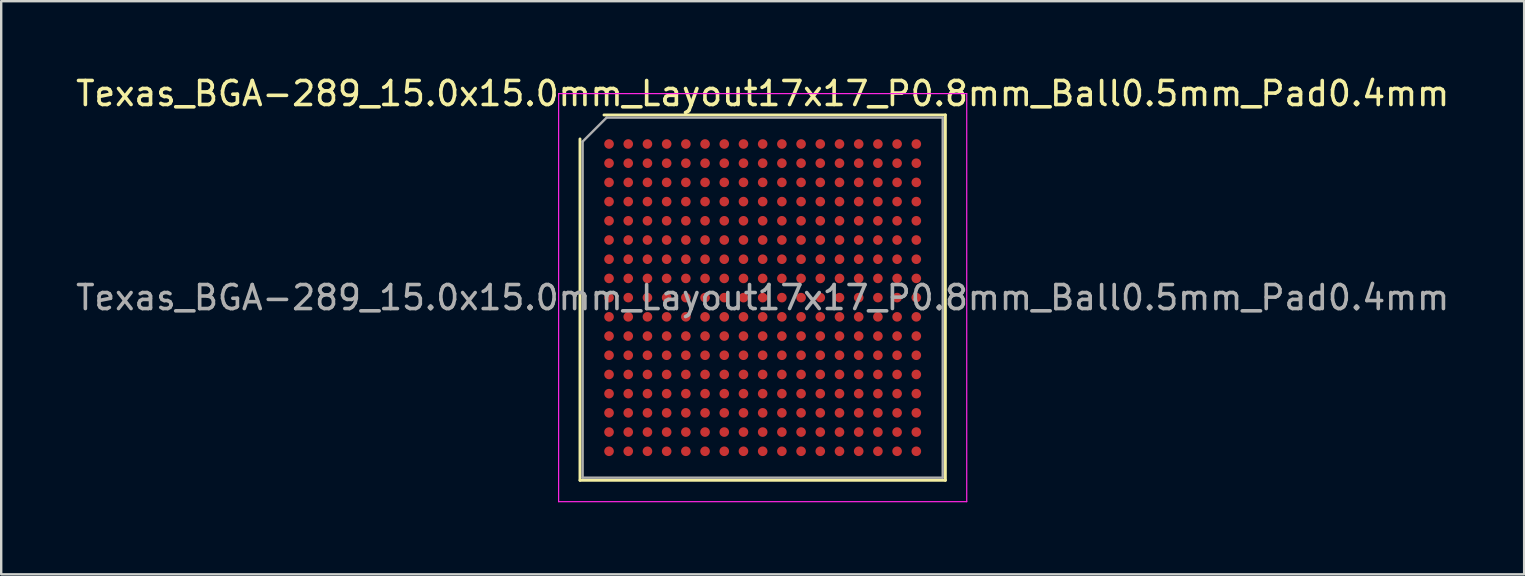
<source format=kicad_pcb>
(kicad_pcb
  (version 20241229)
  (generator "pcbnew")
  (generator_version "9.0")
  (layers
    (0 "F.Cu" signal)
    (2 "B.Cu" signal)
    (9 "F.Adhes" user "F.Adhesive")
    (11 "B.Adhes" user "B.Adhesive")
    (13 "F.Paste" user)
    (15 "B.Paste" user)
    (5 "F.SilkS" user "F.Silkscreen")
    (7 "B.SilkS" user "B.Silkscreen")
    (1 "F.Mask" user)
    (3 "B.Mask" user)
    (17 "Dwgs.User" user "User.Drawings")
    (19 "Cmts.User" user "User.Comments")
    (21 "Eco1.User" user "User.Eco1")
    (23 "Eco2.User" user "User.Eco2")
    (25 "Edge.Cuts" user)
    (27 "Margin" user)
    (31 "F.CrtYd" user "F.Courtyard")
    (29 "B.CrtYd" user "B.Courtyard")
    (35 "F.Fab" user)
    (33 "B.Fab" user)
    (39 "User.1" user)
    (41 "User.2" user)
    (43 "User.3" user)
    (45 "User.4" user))
  (footprint "Texas_BGA-289_15.0x15.0mm_Layout17x17_P0.8mm_Ball0.5mm_Pad0.4mm"
    (layer "F.Cu")
    (at 28.72 9.348)
    (property "Reference" "Texas_BGA-289_15.0x15.0mm_Layout17x17_P0.8mm_Ball0.5mm_Pad0.4mm" (at 0 -8.5 0) (layer "F.SilkS") (effects (font (size 1 1) (thickness 0.15))))
    (attr smd)
    (fp_line (start -7.61 7.61) (end -7.61 -6.61) (stroke (width 0.12) (type solid)) (layer "F.SilkS"))
    (fp_line (start -6.61 -7.61) (end 7.61 -7.61) (stroke (width 0.12) (type solid)) (layer "F.SilkS"))
    (fp_line (start 7.61 -7.61) (end 7.61 7.61) (stroke (width 0.12) (type solid)) (layer "F.SilkS"))
    (fp_line (start 7.61 7.61) (end -7.61 7.61) (stroke (width 0.12) (type solid)) (layer "F.SilkS"))
    (fp_line (start -8.5 -8.5) (end -8.5 8.5) (stroke (width 0.05) (type solid)) (layer "F.CrtYd"))
    (fp_line (start -8.5 8.5) (end 8.5 8.5) (stroke (width 0.05) (type solid)) (layer "F.CrtYd"))
    (fp_line (start 8.5 -8.5) (end -8.5 -8.5) (stroke (width 0.05) (type solid)) (layer "F.CrtYd"))
    (fp_line (start 8.5 8.5) (end 8.5 -8.5) (stroke (width 0.05) (type solid)) (layer "F.CrtYd"))
    (fp_line (start -7.5 -6.5) (end -6.5 -7.5) (stroke (width 0.1) (type solid)) (layer "F.Fab"))
    (fp_line (start -7.5 7.5) (end -7.5 -6.5) (stroke (width 0.1) (type solid)) (layer "F.Fab"))
    (fp_line (start -6.5 -7.5) (end 7.5 -7.5) (stroke (width 0.1) (type solid)) (layer "F.Fab"))
    (fp_line (start 7.5 -7.5) (end 7.5 7.5) (stroke (width 0.1) (type solid)) (layer "F.Fab"))
    (fp_line (start 7.5 7.5) (end -7.5 7.5) (stroke (width 0.1) (type solid)) (layer "F.Fab"))
    (fp_text user "${REFERENCE}" (at 0 0 0) (layer "F.Fab") (effects (font (size 1 1) (thickness 0.15))))
    (pad "A1" smd circle (at -6.4 -6.4) (size 0.4 0.4) (layers "F.Cu" "F.Mask" "F.Paste"))
    (pad "A2" smd circle (at -5.6 -6.4) (size 0.4 0.4) (layers "F.Cu" "F.Mask" "F.Paste"))
    (pad "A3" smd circle (at -4.8 -6.4) (size 0.4 0.4) (layers "F.Cu" "F.Mask" "F.Paste"))
    (pad "A4" smd circle (at -4 -6.4) (size 0.4 0.4) (layers "F.Cu" "F.Mask" "F.Paste"))
    (pad "A5" smd circle (at -3.2 -6.4) (size 0.4 0.4) (layers "F.Cu" "F.Mask" "F.Paste"))
    (pad "A6" smd circle (at -2.4 -6.4) (size 0.4 0.4) (layers "F.Cu" "F.Mask" "F.Paste"))
    (pad "A7" smd circle (at -1.6 -6.4) (size 0.4 0.4) (layers "F.Cu" "F.Mask" "F.Paste"))
    (pad "A8" smd circle (at -0.8 -6.4) (size 0.4 0.4) (layers "F.Cu" "F.Mask" "F.Paste"))
    (pad "A9" smd circle (at 0 -6.4) (size 0.4 0.4) (layers "F.Cu" "F.Mask" "F.Paste"))
    (pad "A10" smd circle (at 0.8 -6.4) (size 0.4 0.4) (layers "F.Cu" "F.Mask" "F.Paste"))
    (pad "A11" smd circle (at 1.6 -6.4) (size 0.4 0.4) (layers "F.Cu" "F.Mask" "F.Paste"))
    (pad "A12" smd circle (at 2.4 -6.4) (size 0.4 0.4) (layers "F.Cu" "F.Mask" "F.Paste"))
    (pad "A13" smd circle (at 3.2 -6.4) (size 0.4 0.4) (layers "F.Cu" "F.Mask" "F.Paste"))
    (pad "A14" smd circle (at 4 -6.4) (size 0.4 0.4) (layers "F.Cu" "F.Mask" "F.Paste"))
    (pad "A15" smd circle (at 4.8 -6.4) (size 0.4 0.4) (layers "F.Cu" "F.Mask" "F.Paste"))
    (pad "A16" smd circle (at 5.6 -6.4) (size 0.4 0.4) (layers "F.Cu" "F.Mask" "F.Paste"))
    (pad "A17" smd circle (at 6.4 -6.4) (size 0.4 0.4) (layers "F.Cu" "F.Mask" "F.Paste"))
    (pad "B1" smd circle (at -6.4 -5.6) (size 0.4 0.4) (layers "F.Cu" "F.Mask" "F.Paste"))
    (pad "B2" smd circle (at -5.6 -5.6) (size 0.4 0.4) (layers "F.Cu" "F.Mask" "F.Paste"))
    (pad "B3" smd circle (at -4.8 -5.6) (size 0.4 0.4) (layers "F.Cu" "F.Mask" "F.Paste"))
    (pad "B4" smd circle (at -4 -5.6) (size 0.4 0.4) (layers "F.Cu" "F.Mask" "F.Paste"))
    (pad "B5" smd circle (at -3.2 -5.6) (size 0.4 0.4) (layers "F.Cu" "F.Mask" "F.Paste"))
    (pad "B6" smd circle (at -2.4 -5.6) (size 0.4 0.4) (layers "F.Cu" "F.Mask" "F.Paste"))
    (pad "B7" smd circle (at -1.6 -5.6) (size 0.4 0.4) (layers "F.Cu" "F.Mask" "F.Paste"))
    (pad "B8" smd circle (at -0.8 -5.6) (size 0.4 0.4) (layers "F.Cu" "F.Mask" "F.Paste"))
    (pad "B9" smd circle (at 0 -5.6) (size 0.4 0.4) (layers "F.Cu" "F.Mask" "F.Paste"))
    (pad "B10" smd circle (at 0.8 -5.6) (size 0.4 0.4) (layers "F.Cu" "F.Mask" "F.Paste"))
    (pad "B11" smd circle (at 1.6 -5.6) (size 0.4 0.4) (layers "F.Cu" "F.Mask" "F.Paste"))
    (pad "B12" smd circle (at 2.4 -5.6) (size 0.4 0.4) (layers "F.Cu" "F.Mask" "F.Paste"))
    (pad "B13" smd circle (at 3.2 -5.6) (size 0.4 0.4) (layers "F.Cu" "F.Mask" "F.Paste"))
    (pad "B14" smd circle (at 4 -5.6) (size 0.4 0.4) (layers "F.Cu" "F.Mask" "F.Paste"))
    (pad "B15" smd circle (at 4.8 -5.6) (size 0.4 0.4) (layers "F.Cu" "F.Mask" "F.Paste"))
    (pad "B16" smd circle (at 5.6 -5.6) (size 0.4 0.4) (layers "F.Cu" "F.Mask" "F.Paste"))
    (pad "B17" smd circle (at 6.4 -5.6) (size 0.4 0.4) (layers "F.Cu" "F.Mask" "F.Paste"))
    (pad "C1" smd circle (at -6.4 -4.8) (size 0.4 0.4) (layers "F.Cu" "F.Mask" "F.Paste"))
    (pad "C2" smd circle (at -5.6 -4.8) (size 0.4 0.4) (layers "F.Cu" "F.Mask" "F.Paste"))
    (pad "C3" smd circle (at -4.8 -4.8) (size 0.4 0.4) (layers "F.Cu" "F.Mask" "F.Paste"))
    (pad "C4" smd circle (at -4 -4.8) (size 0.4 0.4) (layers "F.Cu" "F.Mask" "F.Paste"))
    (pad "C5" smd circle (at -3.2 -4.8) (size 0.4 0.4) (layers "F.Cu" "F.Mask" "F.Paste"))
    (pad "C6" smd circle (at -2.4 -4.8) (size 0.4 0.4) (layers "F.Cu" "F.Mask" "F.Paste"))
    (pad "C7" smd circle (at -1.6 -4.8) (size 0.4 0.4) (layers "F.Cu" "F.Mask" "F.Paste"))
    (pad "C8" smd circle (at -0.8 -4.8) (size 0.4 0.4) (layers "F.Cu" "F.Mask" "F.Paste"))
    (pad "C9" smd circle (at 0 -4.8) (size 0.4 0.4) (layers "F.Cu" "F.Mask" "F.Paste"))
    (pad "C10" smd circle (at 0.8 -4.8) (size 0.4 0.4) (layers "F.Cu" "F.Mask" "F.Paste"))
    (pad "C11" smd circle (at 1.6 -4.8) (size 0.4 0.4) (layers "F.Cu" "F.Mask" "F.Paste"))
    (pad "C12" smd circle (at 2.4 -4.8) (size 0.4 0.4) (layers "F.Cu" "F.Mask" "F.Paste"))
    (pad "C13" smd circle (at 3.2 -4.8) (size 0.4 0.4) (layers "F.Cu" "F.Mask" "F.Paste"))
    (pad "C14" smd circle (at 4 -4.8) (size 0.4 0.4) (layers "F.Cu" "F.Mask" "F.Paste"))
    (pad "C15" smd circle (at 4.8 -4.8) (size 0.4 0.4) (layers "F.Cu" "F.Mask" "F.Paste"))
    (pad "C16" smd circle (at 5.6 -4.8) (size 0.4 0.4) (layers "F.Cu" "F.Mask" "F.Paste"))
    (pad "C17" smd circle (at 6.4 -4.8) (size 0.4 0.4) (layers "F.Cu" "F.Mask" "F.Paste"))
    (pad "D1" smd circle (at -6.4 -4) (size 0.4 0.4) (layers "F.Cu" "F.Mask" "F.Paste"))
    (pad "D2" smd circle (at -5.6 -4) (size 0.4 0.4) (layers "F.Cu" "F.Mask" "F.Paste"))
    (pad "D3" smd circle (at -4.8 -4) (size 0.4 0.4) (layers "F.Cu" "F.Mask" "F.Paste"))
    (pad "D4" smd circle (at -4 -4) (size 0.4 0.4) (layers "F.Cu" "F.Mask" "F.Paste"))
    (pad "D5" smd circle (at -3.2 -4) (size 0.4 0.4) (layers "F.Cu" "F.Mask" "F.Paste"))
    (pad "D6" smd circle (at -2.4 -4) (size 0.4 0.4) (layers "F.Cu" "F.Mask" "F.Paste"))
    (pad "D7" smd circle (at -1.6 -4) (size 0.4 0.4) (layers "F.Cu" "F.Mask" "F.Paste"))
    (pad "D8" smd circle (at -0.8 -4) (size 0.4 0.4) (layers "F.Cu" "F.Mask" "F.Paste"))
    (pad "D9" smd circle (at 0 -4) (size 0.4 0.4) (layers "F.Cu" "F.Mask" "F.Paste"))
    (pad "D10" smd circle (at 0.8 -4) (size 0.4 0.4) (layers "F.Cu" "F.Mask" "F.Paste"))
    (pad "D11" smd circle (at 1.6 -4) (size 0.4 0.4) (layers "F.Cu" "F.Mask" "F.Paste"))
    (pad "D12" smd circle (at 2.4 -4) (size 0.4 0.4) (layers "F.Cu" "F.Mask" "F.Paste"))
    (pad "D13" smd circle (at 3.2 -4) (size 0.4 0.4) (layers "F.Cu" "F.Mask" "F.Paste"))
    (pad "D14" smd circle (at 4 -4) (size 0.4 0.4) (layers "F.Cu" "F.Mask" "F.Paste"))
    (pad "D15" smd circle (at 4.8 -4) (size 0.4 0.4) (layers "F.Cu" "F.Mask" "F.Paste"))
    (pad "D16" smd circle (at 5.6 -4) (size 0.4 0.4) (layers "F.Cu" "F.Mask" "F.Paste"))
    (pad "D17" smd circle (at 6.4 -4) (size 0.4 0.4) (layers "F.Cu" "F.Mask" "F.Paste"))
    (pad "E1" smd circle (at -6.4 -3.2) (size 0.4 0.4) (layers "F.Cu" "F.Mask" "F.Paste"))
    (pad "E2" smd circle (at -5.6 -3.2) (size 0.4 0.4) (layers "F.Cu" "F.Mask" "F.Paste"))
    (pad "E3" smd circle (at -4.8 -3.2) (size 0.4 0.4) (layers "F.Cu" "F.Mask" "F.Paste"))
    (pad "E4" smd circle (at -4 -3.2) (size 0.4 0.4) (layers "F.Cu" "F.Mask" "F.Paste"))
    (pad "E5" smd circle (at -3.2 -3.2) (size 0.4 0.4) (layers "F.Cu" "F.Mask" "F.Paste"))
    (pad "E6" smd circle (at -2.4 -3.2) (size 0.4 0.4) (layers "F.Cu" "F.Mask" "F.Paste"))
    (pad "E7" smd circle (at -1.6 -3.2) (size 0.4 0.4) (layers "F.Cu" "F.Mask" "F.Paste"))
    (pad "E8" smd circle (at -0.8 -3.2) (size 0.4 0.4) (layers "F.Cu" "F.Mask" "F.Paste"))
    (pad "E9" smd circle (at 0 -3.2) (size 0.4 0.4) (layers "F.Cu" "F.Mask" "F.Paste"))
    (pad "E10" smd circle (at 0.8 -3.2) (size 0.4 0.4) (layers "F.Cu" "F.Mask" "F.Paste"))
    (pad "E11" smd circle (at 1.6 -3.2) (size 0.4 0.4) (layers "F.Cu" "F.Mask" "F.Paste"))
    (pad "E12" smd circle (at 2.4 -3.2) (size 0.4 0.4) (layers "F.Cu" "F.Mask" "F.Paste"))
    (pad "E13" smd circle (at 3.2 -3.2) (size 0.4 0.4) (layers "F.Cu" "F.Mask" "F.Paste"))
    (pad "E14" smd circle (at 4 -3.2) (size 0.4 0.4) (layers "F.Cu" "F.Mask" "F.Paste"))
    (pad "E15" smd circle (at 4.8 -3.2) (size 0.4 0.4) (layers "F.Cu" "F.Mask" "F.Paste"))
    (pad "E16" smd circle (at 5.6 -3.2) (size 0.4 0.4) (layers "F.Cu" "F.Mask" "F.Paste"))
    (pad "E17" smd circle (at 6.4 -3.2) (size 0.4 0.4) (layers "F.Cu" "F.Mask" "F.Paste"))
    (pad "F1" smd circle (at -6.4 -2.4) (size 0.4 0.4) (layers "F.Cu" "F.Mask" "F.Paste"))
    (pad "F2" smd circle (at -5.6 -2.4) (size 0.4 0.4) (layers "F.Cu" "F.Mask" "F.Paste"))
    (pad "F3" smd circle (at -4.8 -2.4) (size 0.4 0.4) (layers "F.Cu" "F.Mask" "F.Paste"))
    (pad "F4" smd circle (at -4 -2.4) (size 0.4 0.4) (layers "F.Cu" "F.Mask" "F.Paste"))
    (pad "F5" smd circle (at -3.2 -2.4) (size 0.4 0.4) (layers "F.Cu" "F.Mask" "F.Paste"))
    (pad "F6" smd circle (at -2.4 -2.4) (size 0.4 0.4) (layers "F.Cu" "F.Mask" "F.Paste"))
    (pad "F7" smd circle (at -1.6 -2.4) (size 0.4 0.4) (layers "F.Cu" "F.Mask" "F.Paste"))
    (pad "F8" smd circle (at -0.8 -2.4) (size 0.4 0.4) (layers "F.Cu" "F.Mask" "F.Paste"))
    (pad "F9" smd circle (at 0 -2.4) (size 0.4 0.4) (layers "F.Cu" "F.Mask" "F.Paste"))
    (pad "F10" smd circle (at 0.8 -2.4) (size 0.4 0.4) (layers "F.Cu" "F.Mask" "F.Paste"))
    (pad "F11" smd circle (at 1.6 -2.4) (size 0.4 0.4) (layers "F.Cu" "F.Mask" "F.Paste"))
    (pad "F12" smd circle (at 2.4 -2.4) (size 0.4 0.4) (layers "F.Cu" "F.Mask" "F.Paste"))
    (pad "F13" smd circle (at 3.2 -2.4) (size 0.4 0.4) (layers "F.Cu" "F.Mask" "F.Paste"))
    (pad "F14" smd circle (at 4 -2.4) (size 0.4 0.4) (layers "F.Cu" "F.Mask" "F.Paste"))
    (pad "F15" smd circle (at 4.8 -2.4) (size 0.4 0.4) (layers "F.Cu" "F.Mask" "F.Paste"))
    (pad "F16" smd circle (at 5.6 -2.4) (size 0.4 0.4) (layers "F.Cu" "F.Mask" "F.Paste"))
    (pad "F17" smd circle (at 6.4 -2.4) (size 0.4 0.4) (layers "F.Cu" "F.Mask" "F.Paste"))
    (pad "G1" smd circle (at -6.4 -1.6) (size 0.4 0.4) (layers "F.Cu" "F.Mask" "F.Paste"))
    (pad "G2" smd circle (at -5.6 -1.6) (size 0.4 0.4) (layers "F.Cu" "F.Mask" "F.Paste"))
    (pad "G3" smd circle (at -4.8 -1.6) (size 0.4 0.4) (layers "F.Cu" "F.Mask" "F.Paste"))
    (pad "G4" smd circle (at -4 -1.6) (size 0.4 0.4) (layers "F.Cu" "F.Mask" "F.Paste"))
    (pad "G5" smd circle (at -3.2 -1.6) (size 0.4 0.4) (layers "F.Cu" "F.Mask" "F.Paste"))
    (pad "G6" smd circle (at -2.4 -1.6) (size 0.4 0.4) (layers "F.Cu" "F.Mask" "F.Paste"))
    (pad "G7" smd circle (at -1.6 -1.6) (size 0.4 0.4) (layers "F.Cu" "F.Mask" "F.Paste"))
    (pad "G8" smd circle (at -0.8 -1.6) (size 0.4 0.4) (layers "F.Cu" "F.Mask" "F.Paste"))
    (pad "G9" smd circle (at 0 -1.6) (size 0.4 0.4) (layers "F.Cu" "F.Mask" "F.Paste"))
    (pad "G10" smd circle (at 0.8 -1.6) (size 0.4 0.4) (layers "F.Cu" "F.Mask" "F.Paste"))
    (pad "G11" smd circle (at 1.6 -1.6) (size 0.4 0.4) (layers "F.Cu" "F.Mask" "F.Paste"))
    (pad "G12" smd circle (at 2.4 -1.6) (size 0.4 0.4) (layers "F.Cu" "F.Mask" "F.Paste"))
    (pad "G13" smd circle (at 3.2 -1.6) (size 0.4 0.4) (layers "F.Cu" "F.Mask" "F.Paste"))
    (pad "G14" smd circle (at 4 -1.6) (size 0.4 0.4) (layers "F.Cu" "F.Mask" "F.Paste"))
    (pad "G15" smd circle (at 4.8 -1.6) (size 0.4 0.4) (layers "F.Cu" "F.Mask" "F.Paste"))
    (pad "G16" smd circle (at 5.6 -1.6) (size 0.4 0.4) (layers "F.Cu" "F.Mask" "F.Paste"))
    (pad "G17" smd circle (at 6.4 -1.6) (size 0.4 0.4) (layers "F.Cu" "F.Mask" "F.Paste"))
    (pad "H1" smd circle (at -6.4 -0.8) (size 0.4 0.4) (layers "F.Cu" "F.Mask" "F.Paste"))
    (pad "H2" smd circle (at -5.6 -0.8) (size 0.4 0.4) (layers "F.Cu" "F.Mask" "F.Paste"))
    (pad "H3" smd circle (at -4.8 -0.8) (size 0.4 0.4) (layers "F.Cu" "F.Mask" "F.Paste"))
    (pad "H4" smd circle (at -4 -0.8) (size 0.4 0.4) (layers "F.Cu" "F.Mask" "F.Paste"))
    (pad "H5" smd circle (at -3.2 -0.8) (size 0.4 0.4) (layers "F.Cu" "F.Mask" "F.Paste"))
    (pad "H6" smd circle (at -2.4 -0.8) (size 0.4 0.4) (layers "F.Cu" "F.Mask" "F.Paste"))
    (pad "H7" smd circle (at -1.6 -0.8) (size 0.4 0.4) (layers "F.Cu" "F.Mask" "F.Paste"))
    (pad "H8" smd circle (at -0.8 -0.8) (size 0.4 0.4) (layers "F.Cu" "F.Mask" "F.Paste"))
    (pad "H9" smd circle (at 0 -0.8) (size 0.4 0.4) (layers "F.Cu" "F.Mask" "F.Paste"))
    (pad "H10" smd circle (at 0.8 -0.8) (size 0.4 0.4) (layers "F.Cu" "F.Mask" "F.Paste"))
    (pad "H11" smd circle (at 1.6 -0.8) (size 0.4 0.4) (layers "F.Cu" "F.Mask" "F.Paste"))
    (pad "H12" smd circle (at 2.4 -0.8) (size 0.4 0.4) (layers "F.Cu" "F.Mask" "F.Paste"))
    (pad "H13" smd circle (at 3.2 -0.8) (size 0.4 0.4) (layers "F.Cu" "F.Mask" "F.Paste"))
    (pad "H14" smd circle (at 4 -0.8) (size 0.4 0.4) (layers "F.Cu" "F.Mask" "F.Paste"))
    (pad "H15" smd circle (at 4.8 -0.8) (size 0.4 0.4) (layers "F.Cu" "F.Mask" "F.Paste"))
    (pad "H16" smd circle (at 5.6 -0.8) (size 0.4 0.4) (layers "F.Cu" "F.Mask" "F.Paste"))
    (pad "H17" smd circle (at 6.4 -0.8) (size 0.4 0.4) (layers "F.Cu" "F.Mask" "F.Paste"))
    (pad "J1" smd circle (at -6.4 0) (size 0.4 0.4) (layers "F.Cu" "F.Mask" "F.Paste"))
    (pad "J2" smd circle (at -5.6 0) (size 0.4 0.4) (layers "F.Cu" "F.Mask" "F.Paste"))
    (pad "J3" smd circle (at -4.8 0) (size 0.4 0.4) (layers "F.Cu" "F.Mask" "F.Paste"))
    (pad "J4" smd circle (at -4 0) (size 0.4 0.4) (layers "F.Cu" "F.Mask" "F.Paste"))
    (pad "J5" smd circle (at -3.2 0) (size 0.4 0.4) (layers "F.Cu" "F.Mask" "F.Paste"))
    (pad "J6" smd circle (at -2.4 0) (size 0.4 0.4) (layers "F.Cu" "F.Mask" "F.Paste"))
    (pad "J7" smd circle (at -1.6 0) (size 0.4 0.4) (layers "F.Cu" "F.Mask" "F.Paste"))
    (pad "J8" smd circle (at -0.8 0) (size 0.4 0.4) (layers "F.Cu" "F.Mask" "F.Paste"))
    (pad "J9" smd circle (at 0 0) (size 0.4 0.4) (layers "F.Cu" "F.Mask" "F.Paste"))
    (pad "J10" smd circle (at 0.8 0) (size 0.4 0.4) (layers "F.Cu" "F.Mask" "F.Paste"))
    (pad "J11" smd circle (at 1.6 0) (size 0.4 0.4) (layers "F.Cu" "F.Mask" "F.Paste"))
    (pad "J12" smd circle (at 2.4 0) (size 0.4 0.4) (layers "F.Cu" "F.Mask" "F.Paste"))
    (pad "J13" smd circle (at 3.2 0) (size 0.4 0.4) (layers "F.Cu" "F.Mask" "F.Paste"))
    (pad "J14" smd circle (at 4 0) (size 0.4 0.4) (layers "F.Cu" "F.Mask" "F.Paste"))
    (pad "J15" smd circle (at 4.8 0) (size 0.4 0.4) (layers "F.Cu" "F.Mask" "F.Paste"))
    (pad "J16" smd circle (at 5.6 0) (size 0.4 0.4) (layers "F.Cu" "F.Mask" "F.Paste"))
    (pad "J17" smd circle (at 6.4 0) (size 0.4 0.4) (layers "F.Cu" "F.Mask" "F.Paste"))
    (pad "K1" smd circle (at -6.4 0.8) (size 0.4 0.4) (layers "F.Cu" "F.Mask" "F.Paste"))
    (pad "K2" smd circle (at -5.6 0.8) (size 0.4 0.4) (layers "F.Cu" "F.Mask" "F.Paste"))
    (pad "K3" smd circle (at -4.8 0.8) (size 0.4 0.4) (layers "F.Cu" "F.Mask" "F.Paste"))
    (pad "K4" smd circle (at -4 0.8) (size 0.4 0.4) (layers "F.Cu" "F.Mask" "F.Paste"))
    (pad "K5" smd circle (at -3.2 0.8) (size 0.4 0.4) (layers "F.Cu" "F.Mask" "F.Paste"))
    (pad "K6" smd circle (at -2.4 0.8) (size 0.4 0.4) (layers "F.Cu" "F.Mask" "F.Paste"))
    (pad "K7" smd circle (at -1.6 0.8) (size 0.4 0.4) (layers "F.Cu" "F.Mask" "F.Paste"))
    (pad "K8" smd circle (at -0.8 0.8) (size 0.4 0.4) (layers "F.Cu" "F.Mask" "F.Paste"))
    (pad "K9" smd circle (at 0 0.8) (size 0.4 0.4) (layers "F.Cu" "F.Mask" "F.Paste"))
    (pad "K10" smd circle (at 0.8 0.8) (size 0.4 0.4) (layers "F.Cu" "F.Mask" "F.Paste"))
    (pad "K11" smd circle (at 1.6 0.8) (size 0.4 0.4) (layers "F.Cu" "F.Mask" "F.Paste"))
    (pad "K12" smd circle (at 2.4 0.8) (size 0.4 0.4) (layers "F.Cu" "F.Mask" "F.Paste"))
    (pad "K13" smd circle (at 3.2 0.8) (size 0.4 0.4) (layers "F.Cu" "F.Mask" "F.Paste"))
    (pad "K14" smd circle (at 4 0.8) (size 0.4 0.4) (layers "F.Cu" "F.Mask" "F.Paste"))
    (pad "K15" smd circle (at 4.8 0.8) (size 0.4 0.4) (layers "F.Cu" "F.Mask" "F.Paste"))
    (pad "K16" smd circle (at 5.6 0.8) (size 0.4 0.4) (layers "F.Cu" "F.Mask" "F.Paste"))
    (pad "K17" smd circle (at 6.4 0.8) (size 0.4 0.4) (layers "F.Cu" "F.Mask" "F.Paste"))
    (pad "L1" smd circle (at -6.4 1.6) (size 0.4 0.4) (layers "F.Cu" "F.Mask" "F.Paste"))
    (pad "L2" smd circle (at -5.6 1.6) (size 0.4 0.4) (layers "F.Cu" "F.Mask" "F.Paste"))
    (pad "L3" smd circle (at -4.8 1.6) (size 0.4 0.4) (layers "F.Cu" "F.Mask" "F.Paste"))
    (pad "L4" smd circle (at -4 1.6) (size 0.4 0.4) (layers "F.Cu" "F.Mask" "F.Paste"))
    (pad "L5" smd circle (at -3.2 1.6) (size 0.4 0.4) (layers "F.Cu" "F.Mask" "F.Paste"))
    (pad "L6" smd circle (at -2.4 1.6) (size 0.4 0.4) (layers "F.Cu" "F.Mask" "F.Paste"))
    (pad "L7" smd circle (at -1.6 1.6) (size 0.4 0.4) (layers "F.Cu" "F.Mask" "F.Paste"))
    (pad "L8" smd circle (at -0.8 1.6) (size 0.4 0.4) (layers "F.Cu" "F.Mask" "F.Paste"))
    (pad "L9" smd circle (at 0 1.6) (size 0.4 0.4) (layers "F.Cu" "F.Mask" "F.Paste"))
    (pad "L10" smd circle (at 0.8 1.6) (size 0.4 0.4) (layers "F.Cu" "F.Mask" "F.Paste"))
    (pad "L11" smd circle (at 1.6 1.6) (size 0.4 0.4) (layers "F.Cu" "F.Mask" "F.Paste"))
    (pad "L12" smd circle (at 2.4 1.6) (size 0.4 0.4) (layers "F.Cu" "F.Mask" "F.Paste"))
    (pad "L13" smd circle (at 3.2 1.6) (size 0.4 0.4) (layers "F.Cu" "F.Mask" "F.Paste"))
    (pad "L14" smd circle (at 4 1.6) (size 0.4 0.4) (layers "F.Cu" "F.Mask" "F.Paste"))
    (pad "L15" smd circle (at 4.8 1.6) (size 0.4 0.4) (layers "F.Cu" "F.Mask" "F.Paste"))
    (pad "L16" smd circle (at 5.6 1.6) (size 0.4 0.4) (layers "F.Cu" "F.Mask" "F.Paste"))
    (pad "L17" smd circle (at 6.4 1.6) (size 0.4 0.4) (layers "F.Cu" "F.Mask" "F.Paste"))
    (pad "M1" smd circle (at -6.4 2.4) (size 0.4 0.4) (layers "F.Cu" "F.Mask" "F.Paste"))
    (pad "M2" smd circle (at -5.6 2.4) (size 0.4 0.4) (layers "F.Cu" "F.Mask" "F.Paste"))
    (pad "M3" smd circle (at -4.8 2.4) (size 0.4 0.4) (layers "F.Cu" "F.Mask" "F.Paste"))
    (pad "M4" smd circle (at -4 2.4) (size 0.4 0.4) (layers "F.Cu" "F.Mask" "F.Paste"))
    (pad "M5" smd circle (at -3.2 2.4) (size 0.4 0.4) (layers "F.Cu" "F.Mask" "F.Paste"))
    (pad "M6" smd circle (at -2.4 2.4) (size 0.4 0.4) (layers "F.Cu" "F.Mask" "F.Paste"))
    (pad "M7" smd circle (at -1.6 2.4) (size 0.4 0.4) (layers "F.Cu" "F.Mask" "F.Paste"))
    (pad "M8" smd circle (at -0.8 2.4) (size 0.4 0.4) (layers "F.Cu" "F.Mask" "F.Paste"))
    (pad "M9" smd circle (at 0 2.4) (size 0.4 0.4) (layers "F.Cu" "F.Mask" "F.Paste"))
    (pad "M10" smd circle (at 0.8 2.4) (size 0.4 0.4) (layers "F.Cu" "F.Mask" "F.Paste"))
    (pad "M11" smd circle (at 1.6 2.4) (size 0.4 0.4) (layers "F.Cu" "F.Mask" "F.Paste"))
    (pad "M12" smd circle (at 2.4 2.4) (size 0.4 0.4) (layers "F.Cu" "F.Mask" "F.Paste"))
    (pad "M13" smd circle (at 3.2 2.4) (size 0.4 0.4) (layers "F.Cu" "F.Mask" "F.Paste"))
    (pad "M14" smd circle (at 4 2.4) (size 0.4 0.4) (layers "F.Cu" "F.Mask" "F.Paste"))
    (pad "M15" smd circle (at 4.8 2.4) (size 0.4 0.4) (layers "F.Cu" "F.Mask" "F.Paste"))
    (pad "M16" smd circle (at 5.6 2.4) (size 0.4 0.4) (layers "F.Cu" "F.Mask" "F.Paste"))
    (pad "M17" smd circle (at 6.4 2.4) (size 0.4 0.4) (layers "F.Cu" "F.Mask" "F.Paste"))
    (pad "N1" smd circle (at -6.4 3.2) (size 0.4 0.4) (layers "F.Cu" "F.Mask" "F.Paste"))
    (pad "N2" smd circle (at -5.6 3.2) (size 0.4 0.4) (layers "F.Cu" "F.Mask" "F.Paste"))
    (pad "N3" smd circle (at -4.8 3.2) (size 0.4 0.4) (layers "F.Cu" "F.Mask" "F.Paste"))
    (pad "N4" smd circle (at -4 3.2) (size 0.4 0.4) (layers "F.Cu" "F.Mask" "F.Paste"))
    (pad "N5" smd circle (at -3.2 3.2) (size 0.4 0.4) (layers "F.Cu" "F.Mask" "F.Paste"))
    (pad "N6" smd circle (at -2.4 3.2) (size 0.4 0.4) (layers "F.Cu" "F.Mask" "F.Paste"))
    (pad "N7" smd circle (at -1.6 3.2) (size 0.4 0.4) (layers "F.Cu" "F.Mask" "F.Paste"))
    (pad "N8" smd circle (at -0.8 3.2) (size 0.4 0.4) (layers "F.Cu" "F.Mask" "F.Paste"))
    (pad "N9" smd circle (at 0 3.2) (size 0.4 0.4) (layers "F.Cu" "F.Mask" "F.Paste"))
    (pad "N10" smd circle (at 0.8 3.2) (size 0.4 0.4) (layers "F.Cu" "F.Mask" "F.Paste"))
    (pad "N11" smd circle (at 1.6 3.2) (size 0.4 0.4) (layers "F.Cu" "F.Mask" "F.Paste"))
    (pad "N12" smd circle (at 2.4 3.2) (size 0.4 0.4) (layers "F.Cu" "F.Mask" "F.Paste"))
    (pad "N13" smd circle (at 3.2 3.2) (size 0.4 0.4) (layers "F.Cu" "F.Mask" "F.Paste"))
    (pad "N14" smd circle (at 4 3.2) (size 0.4 0.4) (layers "F.Cu" "F.Mask" "F.Paste"))
    (pad "N15" smd circle (at 4.8 3.2) (size 0.4 0.4) (layers "F.Cu" "F.Mask" "F.Paste"))
    (pad "N16" smd circle (at 5.6 3.2) (size 0.4 0.4) (layers "F.Cu" "F.Mask" "F.Paste"))
    (pad "N17" smd circle (at 6.4 3.2) (size 0.4 0.4) (layers "F.Cu" "F.Mask" "F.Paste"))
    (pad "P1" smd circle (at -6.4 4) (size 0.4 0.4) (layers "F.Cu" "F.Mask" "F.Paste"))
    (pad "P2" smd circle (at -5.6 4) (size 0.4 0.4) (layers "F.Cu" "F.Mask" "F.Paste"))
    (pad "P3" smd circle (at -4.8 4) (size 0.4 0.4) (layers "F.Cu" "F.Mask" "F.Paste"))
    (pad "P4" smd circle (at -4 4) (size 0.4 0.4) (layers "F.Cu" "F.Mask" "F.Paste"))
    (pad "P5" smd circle (at -3.2 4) (size 0.4 0.4) (layers "F.Cu" "F.Mask" "F.Paste"))
    (pad "P6" smd circle (at -2.4 4) (size 0.4 0.4) (layers "F.Cu" "F.Mask" "F.Paste"))
    (pad "P7" smd circle (at -1.6 4) (size 0.4 0.4) (layers "F.Cu" "F.Mask" "F.Paste"))
    (pad "P8" smd circle (at -0.8 4) (size 0.4 0.4) (layers "F.Cu" "F.Mask" "F.Paste"))
    (pad "P9" smd circle (at 0 4) (size 0.4 0.4) (layers "F.Cu" "F.Mask" "F.Paste"))
    (pad "P10" smd circle (at 0.8 4) (size 0.4 0.4) (layers "F.Cu" "F.Mask" "F.Paste"))
    (pad "P11" smd circle (at 1.6 4) (size 0.4 0.4) (layers "F.Cu" "F.Mask" "F.Paste"))
    (pad "P12" smd circle (at 2.4 4) (size 0.4 0.4) (layers "F.Cu" "F.Mask" "F.Paste"))
    (pad "P13" smd circle (at 3.2 4) (size 0.4 0.4) (layers "F.Cu" "F.Mask" "F.Paste"))
    (pad "P14" smd circle (at 4 4) (size 0.4 0.4) (layers "F.Cu" "F.Mask" "F.Paste"))
    (pad "P15" smd circle (at 4.8 4) (size 0.4 0.4) (layers "F.Cu" "F.Mask" "F.Paste"))
    (pad "P16" smd circle (at 5.6 4) (size 0.4 0.4) (layers "F.Cu" "F.Mask" "F.Paste"))
    (pad "P17" smd circle (at 6.4 4) (size 0.4 0.4) (layers "F.Cu" "F.Mask" "F.Paste"))
    (pad "R1" smd circle (at -6.4 4.8) (size 0.4 0.4) (layers "F.Cu" "F.Mask" "F.Paste"))
    (pad "R2" smd circle (at -5.6 4.8) (size 0.4 0.4) (layers "F.Cu" "F.Mask" "F.Paste"))
    (pad "R3" smd circle (at -4.8 4.8) (size 0.4 0.4) (layers "F.Cu" "F.Mask" "F.Paste"))
    (pad "R4" smd circle (at -4 4.8) (size 0.4 0.4) (layers "F.Cu" "F.Mask" "F.Paste"))
    (pad "R5" smd circle (at -3.2 4.8) (size 0.4 0.4) (layers "F.Cu" "F.Mask" "F.Paste"))
    (pad "R6" smd circle (at -2.4 4.8) (size 0.4 0.4) (layers "F.Cu" "F.Mask" "F.Paste"))
    (pad "R7" smd circle (at -1.6 4.8) (size 0.4 0.4) (layers "F.Cu" "F.Mask" "F.Paste"))
    (pad "R8" smd circle (at -0.8 4.8) (size 0.4 0.4) (layers "F.Cu" "F.Mask" "F.Paste"))
    (pad "R9" smd circle (at 0 4.8) (size 0.4 0.4) (layers "F.Cu" "F.Mask" "F.Paste"))
    (pad "R10" smd circle (at 0.8 4.8) (size 0.4 0.4) (layers "F.Cu" "F.Mask" "F.Paste"))
    (pad "R11" smd circle (at 1.6 4.8) (size 0.4 0.4) (layers "F.Cu" "F.Mask" "F.Paste"))
    (pad "R12" smd circle (at 2.4 4.8) (size 0.4 0.4) (layers "F.Cu" "F.Mask" "F.Paste"))
    (pad "R13" smd circle (at 3.2 4.8) (size 0.4 0.4) (layers "F.Cu" "F.Mask" "F.Paste"))
    (pad "R14" smd circle (at 4 4.8) (size 0.4 0.4) (layers "F.Cu" "F.Mask" "F.Paste"))
    (pad "R15" smd circle (at 4.8 4.8) (size 0.4 0.4) (layers "F.Cu" "F.Mask" "F.Paste"))
    (pad "R16" smd circle (at 5.6 4.8) (size 0.4 0.4) (layers "F.Cu" "F.Mask" "F.Paste"))
    (pad "R17" smd circle (at 6.4 4.8) (size 0.4 0.4) (layers "F.Cu" "F.Mask" "F.Paste"))
    (pad "T1" smd circle (at -6.4 5.6) (size 0.4 0.4) (layers "F.Cu" "F.Mask" "F.Paste"))
    (pad "T2" smd circle (at -5.6 5.6) (size 0.4 0.4) (layers "F.Cu" "F.Mask" "F.Paste"))
    (pad "T3" smd circle (at -4.8 5.6) (size 0.4 0.4) (layers "F.Cu" "F.Mask" "F.Paste"))
    (pad "T4" smd circle (at -4 5.6) (size 0.4 0.4) (layers "F.Cu" "F.Mask" "F.Paste"))
    (pad "T5" smd circle (at -3.2 5.6) (size 0.4 0.4) (layers "F.Cu" "F.Mask" "F.Paste"))
    (pad "T6" smd circle (at -2.4 5.6) (size 0.4 0.4) (layers "F.Cu" "F.Mask" "F.Paste"))
    (pad "T7" smd circle (at -1.6 5.6) (size 0.4 0.4) (layers "F.Cu" "F.Mask" "F.Paste"))
    (pad "T8" smd circle (at -0.8 5.6) (size 0.4 0.4) (layers "F.Cu" "F.Mask" "F.Paste"))
    (pad "T9" smd circle (at 0 5.6) (size 0.4 0.4) (layers "F.Cu" "F.Mask" "F.Paste"))
    (pad "T10" smd circle (at 0.8 5.6) (size 0.4 0.4) (layers "F.Cu" "F.Mask" "F.Paste"))
    (pad "T11" smd circle (at 1.6 5.6) (size 0.4 0.4) (layers "F.Cu" "F.Mask" "F.Paste"))
    (pad "T12" smd circle (at 2.4 5.6) (size 0.4 0.4) (layers "F.Cu" "F.Mask" "F.Paste"))
    (pad "T13" smd circle (at 3.2 5.6) (size 0.4 0.4) (layers "F.Cu" "F.Mask" "F.Paste"))
    (pad "T14" smd circle (at 4 5.6) (size 0.4 0.4) (layers "F.Cu" "F.Mask" "F.Paste"))
    (pad "T15" smd circle (at 4.8 5.6) (size 0.4 0.4) (layers "F.Cu" "F.Mask" "F.Paste"))
    (pad "T16" smd circle (at 5.6 5.6) (size 0.4 0.4) (layers "F.Cu" "F.Mask" "F.Paste"))
    (pad "T17" smd circle (at 6.4 5.6) (size 0.4 0.4) (layers "F.Cu" "F.Mask" "F.Paste"))
    (pad "U1" smd circle (at -6.4 6.4) (size 0.4 0.4) (layers "F.Cu" "F.Mask" "F.Paste"))
    (pad "U2" smd circle (at -5.6 6.4) (size 0.4 0.4) (layers "F.Cu" "F.Mask" "F.Paste"))
    (pad "U3" smd circle (at -4.8 6.4) (size 0.4 0.4) (layers "F.Cu" "F.Mask" "F.Paste"))
    (pad "U4" smd circle (at -4 6.4) (size 0.4 0.4) (layers "F.Cu" "F.Mask" "F.Paste"))
    (pad "U5" smd circle (at -3.2 6.4) (size 0.4 0.4) (layers "F.Cu" "F.Mask" "F.Paste"))
    (pad "U6" smd circle (at -2.4 6.4) (size 0.4 0.4) (layers "F.Cu" "F.Mask" "F.Paste"))
    (pad "U7" smd circle (at -1.6 6.4) (size 0.4 0.4) (layers "F.Cu" "F.Mask" "F.Paste"))
    (pad "U8" smd circle (at -0.8 6.4) (size 0.4 0.4) (layers "F.Cu" "F.Mask" "F.Paste"))
    (pad "U9" smd circle (at 0 6.4) (size 0.4 0.4) (layers "F.Cu" "F.Mask" "F.Paste"))
    (pad "U10" smd circle (at 0.8 6.4) (size 0.4 0.4) (layers "F.Cu" "F.Mask" "F.Paste"))
    (pad "U11" smd circle (at 1.6 6.4) (size 0.4 0.4) (layers "F.Cu" "F.Mask" "F.Paste"))
    (pad "U12" smd circle (at 2.4 6.4) (size 0.4 0.4) (layers "F.Cu" "F.Mask" "F.Paste"))
    (pad "U13" smd circle (at 3.2 6.4) (size 0.4 0.4) (layers "F.Cu" "F.Mask" "F.Paste"))
    (pad "U14" smd circle (at 4 6.4) (size 0.4 0.4) (layers "F.Cu" "F.Mask" "F.Paste"))
    (pad "U15" smd circle (at 4.8 6.4) (size 0.4 0.4) (layers "F.Cu" "F.Mask" "F.Paste"))
    (pad "U16" smd circle (at 5.6 6.4) (size 0.4 0.4) (layers "F.Cu" "F.Mask" "F.Paste"))
    (pad "U17" smd circle (at 6.4 6.4) (size 0.4 0.4) (layers "F.Cu" "F.Mask" "F.Paste")))
  (gr_rect
    (start -3 -3)
    (end 60.44 20.873)
    (stroke (width 0.1) (type default))
    (fill no)
    (layer "Edge.Cuts")))
</source>
